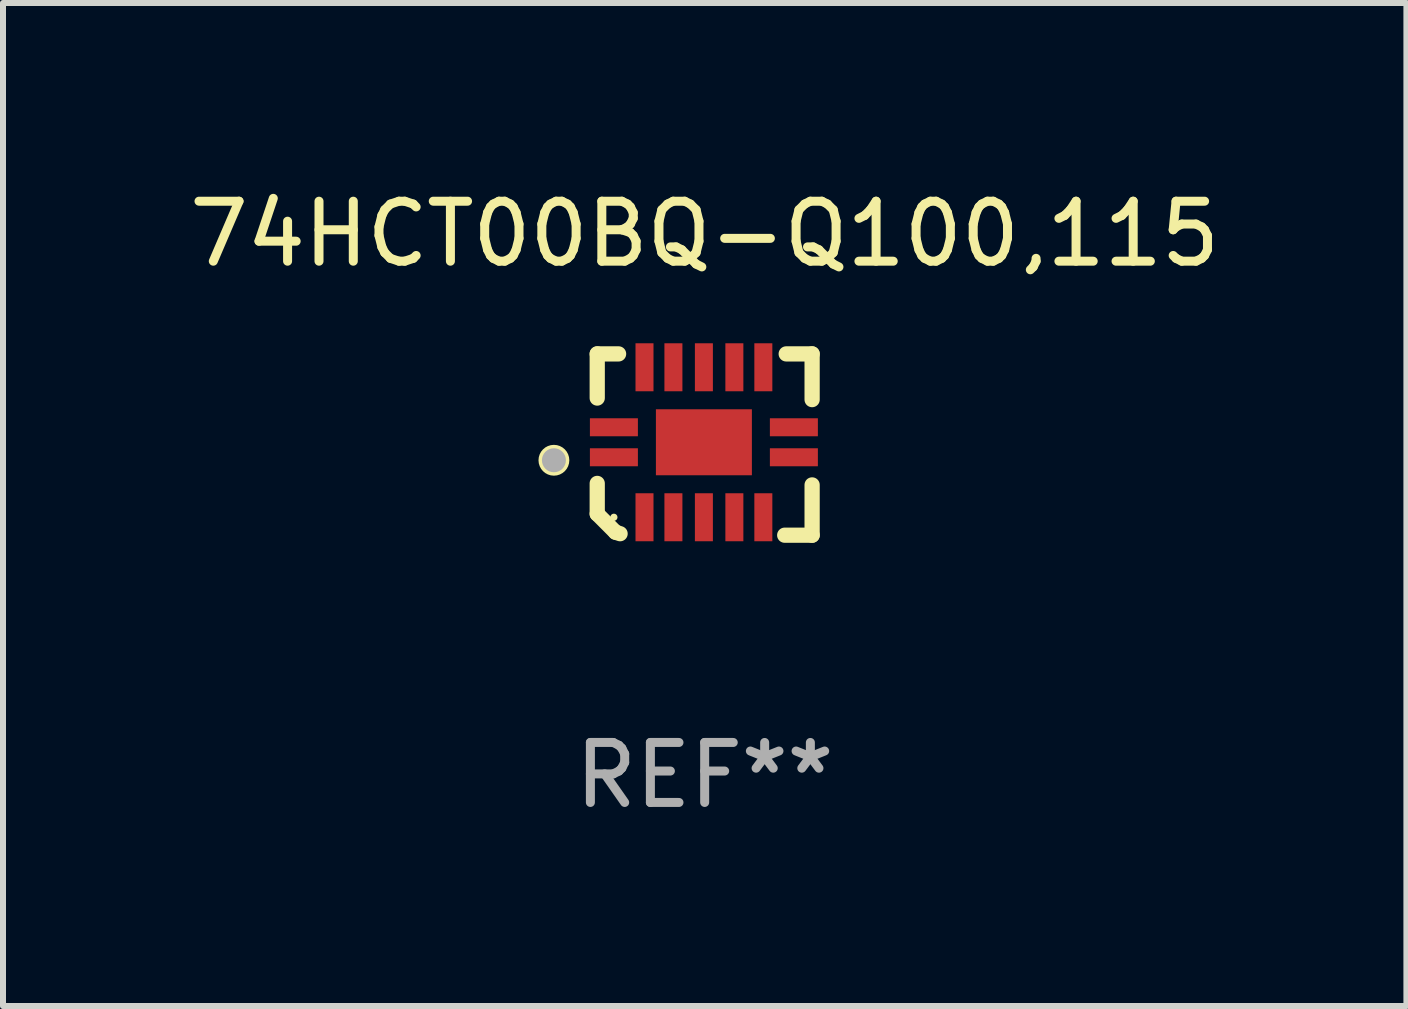
<source format=kicad_pcb>
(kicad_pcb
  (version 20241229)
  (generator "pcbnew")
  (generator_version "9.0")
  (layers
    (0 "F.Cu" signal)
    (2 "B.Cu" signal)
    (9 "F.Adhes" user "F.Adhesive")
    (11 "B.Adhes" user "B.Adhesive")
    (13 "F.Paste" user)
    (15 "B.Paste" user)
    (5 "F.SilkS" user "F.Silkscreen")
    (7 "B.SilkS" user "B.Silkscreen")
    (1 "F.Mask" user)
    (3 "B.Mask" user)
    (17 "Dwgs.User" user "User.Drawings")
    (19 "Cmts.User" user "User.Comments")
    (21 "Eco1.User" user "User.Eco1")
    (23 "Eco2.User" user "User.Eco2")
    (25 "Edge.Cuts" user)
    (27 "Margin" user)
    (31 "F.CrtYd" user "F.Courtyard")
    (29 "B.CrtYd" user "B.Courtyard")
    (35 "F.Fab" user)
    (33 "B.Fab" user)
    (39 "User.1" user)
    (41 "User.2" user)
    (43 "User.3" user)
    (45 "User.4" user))
  (footprint "74HCT00BQ-Q100,115"
    (layer "F.Cu")
    (at 8.696 4.36)
    (property "Reference" "74HCT00BQ-Q100,115" (at 0 -3.511 0) (layer "F.SilkS") (effects (font (size 1 1) (thickness 0.15))))
    (attr through_hole)
    (fp_line (start -1.791 -1.511) (end -1.435 -1.511) (stroke (width 0.254) (type solid)) (layer "F.SilkS"))
    (fp_line (start -1.791 -0.775) (end -1.791 -1.511) (stroke (width 0.254) (type solid)) (layer "F.SilkS"))
    (fp_line (start -1.791 1.156) (end -1.791 0.648) (stroke (width 0.254) (type solid)) (layer "F.SilkS"))
    (fp_line (start -1.486 1.461) (end -1.791 1.156) (stroke (width 0.254) (type solid)) (layer "F.SilkS"))
    (fp_line (start -1.41 1.486) (end -1.486 1.461) (stroke (width 0.254) (type solid)) (layer "F.SilkS"))
    (fp_line (start 1.334 1.511) (end 1.791 1.511) (stroke (width 0.254) (type solid)) (layer "F.SilkS"))
    (fp_line (start 1.791 -1.511) (end 1.359 -1.511) (stroke (width 0.254) (type solid)) (layer "F.SilkS"))
    (fp_line (start 1.791 -0.749) (end 1.791 -1.511) (stroke (width 0.254) (type solid)) (layer "F.SilkS"))
    (fp_line (start 1.791 1.511) (end 1.791 0.673) (stroke (width 0.254) (type solid)) (layer "F.SilkS"))
    (fp_circle (center -2.513 0.262) (end -2.383 0.262) (stroke (width 0.254) (type solid)) (fill no) (layer "F.SilkS"))
    (fp_circle (center -1.513 1.212) (end -1.483 1.212) (stroke (width 0.06) (type solid)) (fill no) (layer "F.SilkS"))
    (fp_circle (center -2.513 0.262) (end -2.413 0.262) (stroke (width 0.2) (type solid)) (fill no) (layer "F.Fab"))
    (fp_text user "REF**" (at 0 5.511 0) (layer "F.Fab") (effects (font (size 1 1) (thickness 0.15))))
    (pad "1" smd rect (at -1.513 0.212) (size 0.8 0.3) (layers "F.Cu" "F.Mask" "F.Paste"))
    (pad "2" smd rect (at -1.003 1.212) (size 0.3 0.8) (layers "F.Cu" "F.Mask" "F.Paste"))
    (pad "3" smd rect (at -0.521 1.212) (size 0.3 0.8) (layers "F.Cu" "F.Mask" "F.Paste"))
    (pad "4" smd rect (at -0.013 1.212) (size 0.3 0.8) (layers "F.Cu" "F.Mask" "F.Paste"))
    (pad "5" smd rect (at 0.495 1.212) (size 0.3 0.8) (layers "F.Cu" "F.Mask" "F.Paste"))
    (pad "6" smd rect (at 0.978 1.212) (size 0.3 0.8) (layers "F.Cu" "F.Mask" "F.Paste"))
    (pad "7" smd rect (at 1.487 0.212) (size 0.8 0.3) (layers "F.Cu" "F.Mask" "F.Paste"))
    (pad "8" smd rect (at 1.487 -0.288) (size 0.8 0.3) (layers "F.Cu" "F.Mask" "F.Paste"))
    (pad "9" smd rect (at 0.978 -1.288) (size 0.3 0.8) (layers "F.Cu" "F.Mask" "F.Paste"))
    (pad "10" smd rect (at 0.495 -1.288) (size 0.3 0.8) (layers "F.Cu" "F.Mask" "F.Paste"))
    (pad "11" smd rect (at -0.013 -1.288) (size 0.3 0.8) (layers "F.Cu" "F.Mask" "F.Paste"))
    (pad "12" smd rect (at -0.521 -1.288) (size 0.3 0.8) (layers "F.Cu" "F.Mask" "F.Paste"))
    (pad "13" smd rect (at -1.003 -1.288) (size 0.3 0.8) (layers "F.Cu" "F.Mask" "F.Paste"))
    (pad "14" smd rect (at -1.513 -0.288) (size 0.8 0.3) (layers "F.Cu" "F.Mask" "F.Paste"))
    (pad "15" smd rect (at -0.013 -0.038 90) (size 1.1 1.6) (layers "F.Cu" "F.Mask" "F.Paste")))
  (gr_rect
    (start -3 -3)
    (end 20.393 13.719)
    (stroke (width 0.1) (type default))
    (fill no)
    (layer "Edge.Cuts")))
</source>
